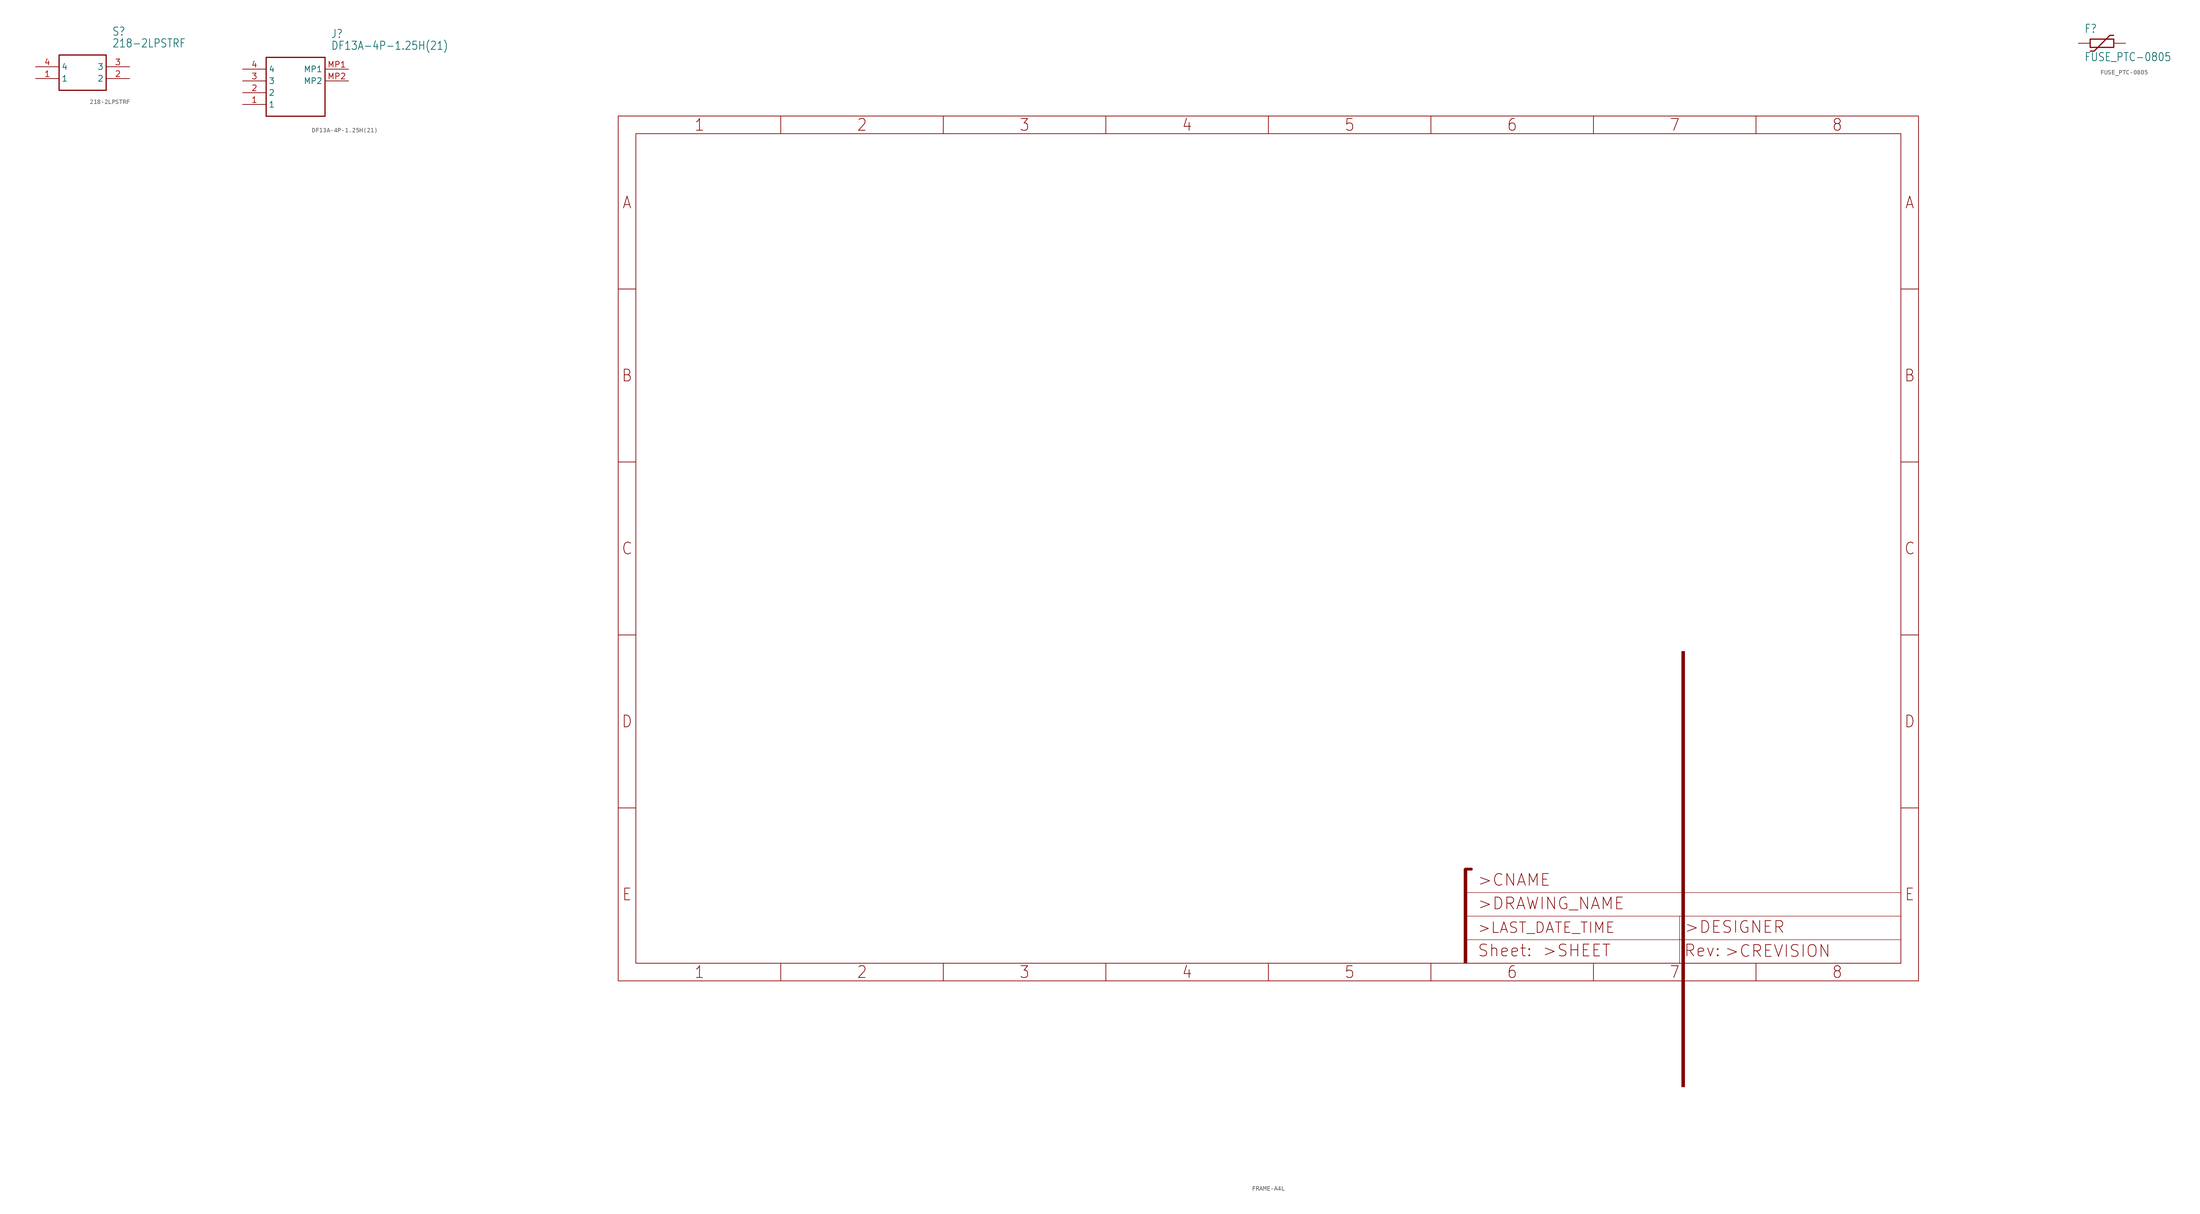
<source format=kicad_sym>
(kicad_symbol_lib
  (version 20211014)
  (generator kicad_symbol_editor)
  (symbol "218-2LPSTRF"
    (property "Reference" "S"
      (at 16.51 7.62 0)
      (effects (font (size 1.778 1.511)) (justify left)))
    (property "Value" "218-2LPSTRF"
      (at 16.51 5.08 0)
      (effects (font (size 1.778 1.511)) (justify left)))
    (property "ki_locked" ""
      (at 0 0 0)
      (effects (font (size 1.27 1.27))))
    (symbol "218-2LPSTRF_1_0"
      (polyline (pts (xy 5.08 2.54) (xy 5.08 -5.08)) (stroke (width 0.254) (type default) (color 0 0 0 0)) (fill (type none)))
      (polyline (pts (xy 5.08 2.54) (xy 15.24 2.54)) (stroke (width 0.254) (type default) (color 0 0 0 0)) (fill (type none)))
      (polyline (pts (xy 15.24 -5.08) (xy 5.08 -5.08)) (stroke (width 0.254) (type default) (color 0 0 0 0)) (fill (type none)))
      (polyline (pts (xy 15.24 -5.08) (xy 15.24 2.54)) (stroke (width 0.254) (type default) (color 0 0 0 0)) (fill (type none)))
      (pin bidirectional line (at 0 -2.54 0) (length 5.08) (name "1" (effects (font (size 1.27 1.27)))) (number "1" (effects (font (size 1.27 1.27)))))
      (pin bidirectional line (at 20.32 -2.54 180) (length 5.08) (name "2" (effects (font (size 1.27 1.27)))) (number "2" (effects (font (size 1.27 1.27)))))
      (pin bidirectional line (at 20.32 0 180) (length 5.08) (name "3" (effects (font (size 1.27 1.27)))) (number "3" (effects (font (size 1.27 1.27)))))
      (pin bidirectional line (at 0 0 0) (length 5.08) (name "4" (effects (font (size 1.27 1.27)))) (number "4" (effects (font (size 1.27 1.27)))))))
  (symbol "DF13A-4P-1.25H(21)"
    (property "Reference" "J"
      (at 19.05 7.62 0)
      (effects (font (size 1.778 1.511)) (justify left)))
    (property "Value" "DF13A-4P-1.25H(21)"
      (at 19.05 5.08 0)
      (effects (font (size 1.778 1.511)) (justify left)))
    (property "ki_locked" ""
      (at 0 0 0)
      (effects (font (size 1.27 1.27))))
    (symbol "DF13A-4P-1.25H(21)_1_0"
      (polyline (pts (xy 5.08 2.54) (xy 5.08 -10.16)) (stroke (width 0.254) (type default) (color 0 0 0 0)) (fill (type none)))
      (polyline (pts (xy 5.08 2.54) (xy 17.78 2.54)) (stroke (width 0.254) (type default) (color 0 0 0 0)) (fill (type none)))
      (polyline (pts (xy 17.78 -10.16) (xy 5.08 -10.16)) (stroke (width 0.254) (type default) (color 0 0 0 0)) (fill (type none)))
      (polyline (pts (xy 17.78 -10.16) (xy 17.78 2.54)) (stroke (width 0.254) (type default) (color 0 0 0 0)) (fill (type none)))
      (pin bidirectional line (at 0 -7.62 0) (length 5.08) (name "1" (effects (font (size 1.27 1.27)))) (number "1" (effects (font (size 1.27 1.27)))))
      (pin bidirectional line (at 0 -5.08 0) (length 5.08) (name "2" (effects (font (size 1.27 1.27)))) (number "2" (effects (font (size 1.27 1.27)))))
      (pin bidirectional line (at 0 -2.54 0) (length 5.08) (name "3" (effects (font (size 1.27 1.27)))) (number "3" (effects (font (size 1.27 1.27)))))
      (pin bidirectional line (at 0 0 0) (length 5.08) (name "4" (effects (font (size 1.27 1.27)))) (number "4" (effects (font (size 1.27 1.27)))))
      (pin bidirectional line (at 22.86 0 180) (length 5.08) (name "MP1" (effects (font (size 1.27 1.27)))) (number "MP1" (effects (font (size 1.27 1.27)))))
      (pin bidirectional line (at 22.86 -2.54 180) (length 5.08) (name "MP2" (effects (font (size 1.27 1.27)))) (number "MP2" (effects (font (size 1.27 1.27)))))))
  (symbol "FRAME-A4L"
    (property "Reference" "#FRAME"
      (at 0 0 0)
      (effects (font (size 1.27 1.27)) hide))
    (property "ki_locked" ""
      (at 0 0 0)
      (effects (font (size 1.27 1.27))))
    (symbol "FRAME-A4L_0_0"
      (polyline (pts (xy -3.81 33.528) (xy 0 33.528)) (stroke (width 0) (type default) (color 0 0 0 0)) (fill (type none)))
      (polyline (pts (xy -3.81 70.866) (xy 0 70.866)) (stroke (width 0) (type default) (color 0 0 0 0)) (fill (type none)))
      (polyline (pts (xy -3.81 108.204) (xy 0 108.204)) (stroke (width 0) (type default) (color 0 0 0 0)) (fill (type none)))
      (polyline (pts (xy -3.81 145.542) (xy 0 145.542)) (stroke (width 0) (type default) (color 0 0 0 0)) (fill (type none)))
      (polyline (pts (xy 0 0) (xy 0 179.07)) (stroke (width 0) (type default) (color 0 0 0 0)) (fill (type none)))
      (polyline (pts (xy 31.274 -3.81) (xy 31.274 0)) (stroke (width 0) (type default) (color 0 0 0 0)) (fill (type none)))
      (polyline (pts (xy 31.274 179.07) (xy 31.274 182.88)) (stroke (width 0) (type default) (color 0 0 0 0)) (fill (type none)))
      (polyline (pts (xy 66.358 -3.81) (xy 66.358 0)) (stroke (width 0) (type default) (color 0 0 0 0)) (fill (type none)))
      (polyline (pts (xy 66.358 179.07) (xy 66.358 182.88)) (stroke (width 0) (type default) (color 0 0 0 0)) (fill (type none)))
      (polyline (pts (xy 101.441 -3.81) (xy 101.441 0)) (stroke (width 0) (type default) (color 0 0 0 0)) (fill (type none)))
      (polyline (pts (xy 101.441 179.07) (xy 101.441 182.88)) (stroke (width 0) (type default) (color 0 0 0 0)) (fill (type none)))
      (polyline (pts (xy 136.525 -3.81) (xy 136.525 0)) (stroke (width 0) (type default) (color 0 0 0 0)) (fill (type none)))
      (polyline (pts (xy 136.525 179.07) (xy 136.525 182.88)) (stroke (width 0) (type default) (color 0 0 0 0)) (fill (type none)))
      (polyline (pts (xy 171.609 -3.81) (xy 171.609 0)) (stroke (width 0) (type default) (color 0 0 0 0)) (fill (type none)))
      (polyline (pts (xy 171.609 179.07) (xy 171.609 182.88)) (stroke (width 0) (type default) (color 0 0 0 0)) (fill (type none)))
      (polyline (pts (xy 206.692 -3.81) (xy 206.692 0)) (stroke (width 0) (type default) (color 0 0 0 0)) (fill (type none)))
      (polyline (pts (xy 206.692 179.07) (xy 206.692 182.88)) (stroke (width 0) (type default) (color 0 0 0 0)) (fill (type none)))
      (polyline (pts (xy 241.776 -3.81) (xy 241.776 0)) (stroke (width 0) (type default) (color 0 0 0 0)) (fill (type none)))
      (polyline (pts (xy 241.776 179.07) (xy 241.776 182.88)) (stroke (width 0) (type default) (color 0 0 0 0)) (fill (type none)))
      (polyline (pts (xy 273.05 0) (xy 0 0)) (stroke (width 0) (type default) (color 0 0 0 0)) (fill (type none)))
      (polyline (pts (xy 273.05 0) (xy 273.05 179.07)) (stroke (width 0) (type default) (color 0 0 0 0)) (fill (type none)))
      (polyline (pts (xy 273.05 33.528) (xy 276.86 33.528)) (stroke (width 0) (type default) (color 0 0 0 0)) (fill (type none)))
      (polyline (pts (xy 273.05 70.866) (xy 276.86 70.866)) (stroke (width 0) (type default) (color 0 0 0 0)) (fill (type none)))
      (polyline (pts (xy 273.05 108.204) (xy 276.86 108.204)) (stroke (width 0) (type default) (color 0 0 0 0)) (fill (type none)))
      (polyline (pts (xy 273.05 145.542) (xy 276.86 145.542)) (stroke (width 0) (type default) (color 0 0 0 0)) (fill (type none)))
      (polyline (pts (xy 273.05 179.07) (xy 0 179.07)) (stroke (width 0) (type default) (color 0 0 0 0)) (fill (type none)))
      (polyline (pts (xy -3.81 -3.81) (xy 276.86 -3.81) (xy 276.86 182.88) (xy -3.81 182.88) (xy -3.81 -3.81)) (stroke (width 0) (type default) (color 0 0 0 0)) (fill (type none)))
      (text "1" (at 13.732 -1.905 0) (effects (font (size 2.54 2.286))))
      (text "1" (at 13.732 180.975 0) (effects (font (size 2.54 2.286))))
      (text "2" (at 48.816 -1.905 0) (effects (font (size 2.54 2.286))))
      (text "2" (at 48.816 180.975 0) (effects (font (size 2.54 2.286))))
      (text "3" (at 83.899 -1.905 0) (effects (font (size 2.54 2.286))))
      (text "3" (at 83.899 180.975 0) (effects (font (size 2.54 2.286))))
      (text "4" (at 118.983 -1.905 0) (effects (font (size 2.54 2.286))))
      (text "4" (at 118.983 180.975 0) (effects (font (size 2.54 2.286))))
      (text "5" (at 154.067 -1.905 0) (effects (font (size 2.54 2.286))))
      (text "5" (at 154.067 180.975 0) (effects (font (size 2.54 2.286))))
      (text "6" (at 189.151 -1.905 0) (effects (font (size 2.54 2.286))))
      (text "6" (at 189.151 180.975 0) (effects (font (size 2.54 2.286))))
      (text "7" (at 224.234 -1.905 0) (effects (font (size 2.54 2.286))))
      (text "7" (at 224.234 180.975 0) (effects (font (size 2.54 2.286))))
      (text "8" (at 259.318 -1.905 0) (effects (font (size 2.54 2.286))))
      (text "8" (at 259.318 180.975 0) (effects (font (size 2.54 2.286))))
      (text "A" (at -1.905 164.211 0) (effects (font (size 2.54 2.286))))
      (text "A" (at 274.955 164.211 0) (effects (font (size 2.54 2.286))))
      (text "B" (at -1.905 126.873 0) (effects (font (size 2.54 2.286))))
      (text "B" (at 274.955 126.873 0) (effects (font (size 2.54 2.286))))
      (text "C" (at -1.905 89.535 0) (effects (font (size 2.54 2.286))))
      (text "C" (at 274.955 89.535 0) (effects (font (size 2.54 2.286))))
      (text "D" (at -1.905 52.197 0) (effects (font (size 2.54 2.286))))
      (text "D" (at 274.955 52.197 0) (effects (font (size 2.54 2.286))))
      (text "E" (at -1.905 14.859 0) (effects (font (size 2.54 2.286))))
      (text "E" (at 274.955 14.859 0) (effects (font (size 2.54 2.286)))))
    (symbol "FRAME-A4L_1_0"
      (polyline (pts (xy 179.07 10.16) (xy 225.29 10.16)) (stroke (width 0.102) (type default) (color 0 0 0 0)) (fill (type none)))
      (polyline (pts (xy 179.07 15.24) (xy 273.05 15.24)) (stroke (width 0.102) (type default) (color 0 0 0 0)) (fill (type none)))
      (polyline (pts (xy 179.07 19.05) (xy 179.07 20.32)) (stroke (width 0.61) (type default) (color 0 0 0 0)) (fill (type none)))
      (polyline (pts (xy 179.07 20.32) (xy 180.34 20.32)) (stroke (width 0.61) (type default) (color 0 0 0 0)) (fill (type none)))
      (polyline (pts (xy 225.29 -0.1) (xy 225.29 5.08)) (stroke (width 0.102) (type default) (color 0 0 0 0)) (fill (type none)))
      (polyline (pts (xy 225.29 5.08) (xy 179.07 5.08)) (stroke (width 0.102) (type default) (color 0 0 0 0)) (fill (type none)))
      (polyline (pts (xy 225.29 5.08) (xy 225.29 10.16)) (stroke (width 0.102) (type default) (color 0 0 0 0)) (fill (type none)))
      (polyline (pts (xy 225.29 5.08) (xy 273.05 5.08)) (stroke (width 0.102) (type default) (color 0 0 0 0)) (fill (type none)))
      (polyline (pts (xy 225.29 10.16) (xy 273.05 10.16)) (stroke (width 0.102) (type default) (color 0 0 0 0)) (fill (type none)))
      (rectangle (start 178.765 0) (end 179.375 20.32) (stroke (width 0) (type default) (color 0 0 0 0)) (fill (type outline)))
      (rectangle (start 225.755 -26.67) (end 226.365 67.31) (stroke (width 0) (type default) (color 0 0 0 0)) (fill (type outline)))
      (text ">CNAME" (at 181.61 16.51 0) (effects (font (size 2.54 2.54)) (justify left bottom)))
      (text ">CREVISION" (at 234.92 1.17 0) (effects (font (size 2.54 2.54)) (justify left bottom)))
      (text ">DESIGNER" (at 226.26 6.35 0) (effects (font (size 2.54 2.54)) (justify left bottom)))
      (text ">DRAWING_NAME" (at 181.61 11.43 0) (effects (font (size 2.54 2.54)) (justify left bottom)))
      (text ">LAST_DATE_TIME" (at 181.61 6.35 0) (effects (font (size 2.286 2.286)) (justify left bottom)))
      (text ">SHEET" (at 195.58 1.27 0) (effects (font (size 2.54 2.54)) (justify left bottom)))
      (text "Rev:" (at 226.16 1.27 0) (effects (font (size 2.54 2.54)) (justify left bottom)))
      (text "Sheet:" (at 181.61 1.27 0) (effects (font (size 2.54 2.54)) (justify left bottom)))))
  (symbol "FUSE_PTC-0805"
    (property "Reference" "F"
      (at -3.81 2.099 0)
      (effects (font (size 1.778 1.511)) (justify left bottom)))
    (property "Value" "FUSE_PTC-0805"
      (at -3.81 -4.002 0)
      (effects (font (size 1.778 1.511)) (justify left bottom)))
    (property "ki_locked" ""
      (at 0 0 0)
      (effects (font (size 1.27 1.27))))
    (symbol "FUSE_PTC-0805_1_0"
      (polyline (pts (xy -2.54 -0.889) (xy -2.54 0.889)) (stroke (width 0.254) (type default) (color 0 0 0 0)) (fill (type none)))
      (polyline (pts (xy -2.54 -0.889) (xy 2.54 -0.889)) (stroke (width 0.254) (type default) (color 0 0 0 0)) (fill (type none)))
      (polyline (pts (xy -1.7 -1.7) (xy -2.5 -1.7)) (stroke (width 0.254) (type default) (color 0 0 0 0)) (fill (type none)))
      (polyline (pts (xy 1.7 1.7) (xy -1.7 -1.7)) (stroke (width 0.254) (type default) (color 0 0 0 0)) (fill (type none)))
      (polyline (pts (xy 1.7 1.7) (xy 2.5 1.7)) (stroke (width 0.254) (type default) (color 0 0 0 0)) (fill (type none)))
      (polyline (pts (xy 2.54 -0.889) (xy 2.54 0.889)) (stroke (width 0.254) (type default) (color 0 0 0 0)) (fill (type none)))
      (polyline (pts (xy 2.54 0.889) (xy -2.54 0.889)) (stroke (width 0.254) (type default) (color 0 0 0 0)) (fill (type none)))
      (pin passive line (at -5.08 0 0) (length 2.54) (name "1" (effects (font (size 0 0)))) (number "1" (effects (font (size 0 0)))))
      (pin passive line (at 5.08 0 180) (length 2.54) (name "2" (effects (font (size 0 0)))) (number "2" (effects (font (size 0 0))))))))
</source>
